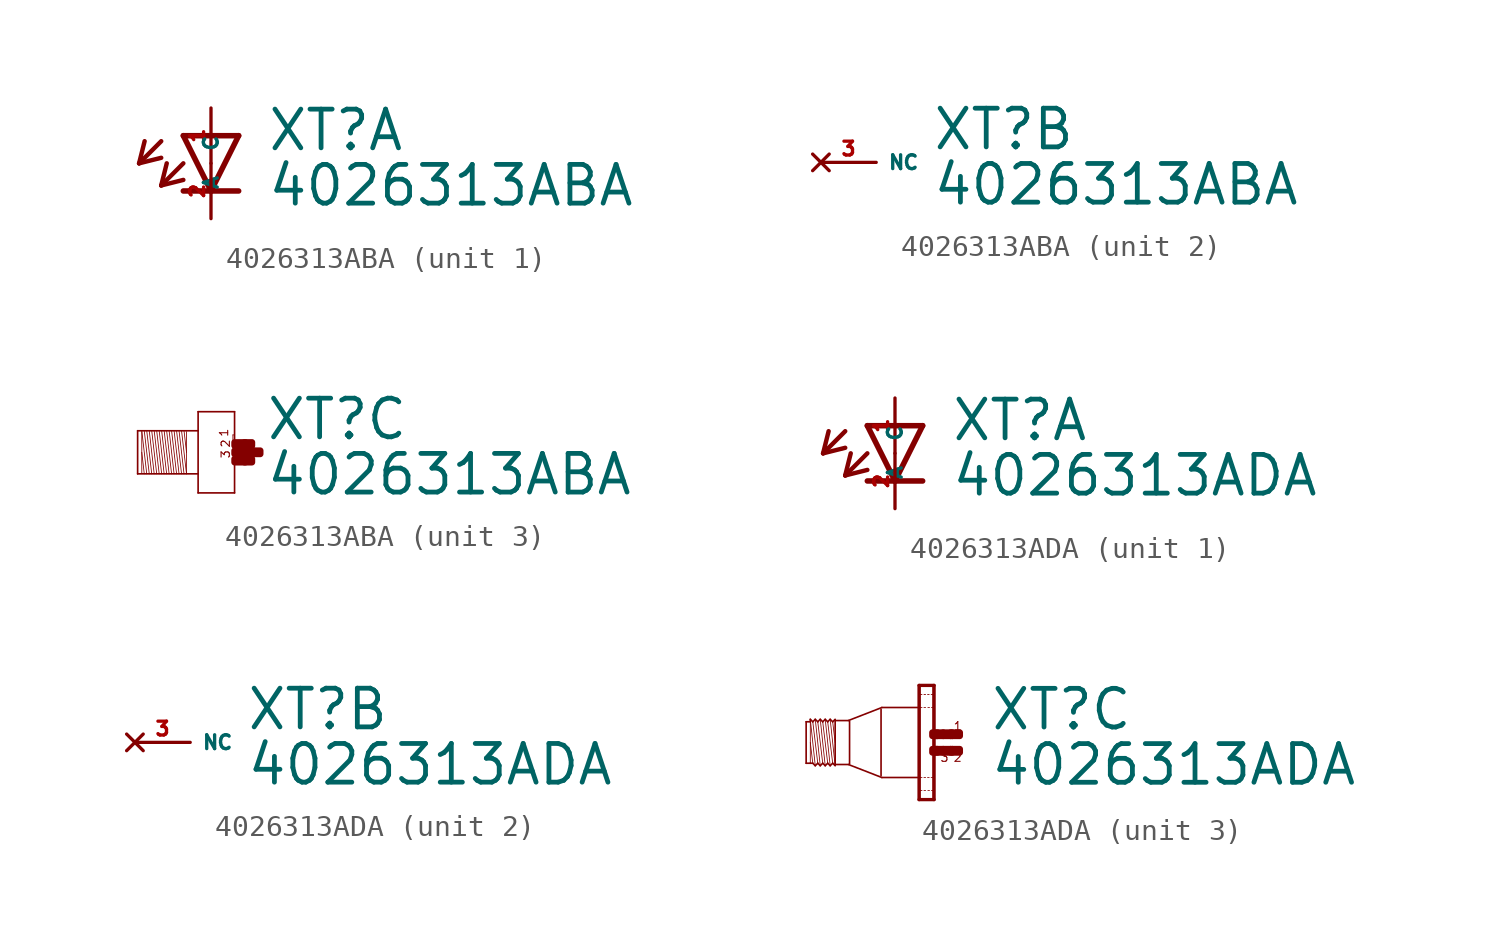
<source format=kicad_sym>
(kicad_symbol_lib
  (version 20220914)
  (generator Eagle2Kicad)
  (symbol "4026313ABA"
    (property "Reference" "XT"
      (at 2.54 0.483 0)
      (effects (font (size 1.778 1.778) (thickness 0.22)) (justify left bottom)))
    (property "Value" "4026313ABA"
      (at 2.54 -2.057 0)
      (effects (font (size 1.778 1.778) (thickness 0.22)) (justify left bottom)))
    (symbol "4026313ABA_1_0"
      (polyline (pts (xy -1.27 1.27) (xy 0 -1.27)) (stroke (width 0.254) (type default)) (fill (type none)))
      (polyline (pts (xy 0 -1.27) (xy 1.27 1.27)) (stroke (width 0.254) (type default)) (fill (type none)))
      (polyline (pts (xy 1.27 -1.27) (xy 0 -1.27)) (stroke (width 0.254) (type default)) (fill (type none)))
      (polyline (pts (xy 1.27 1.27) (xy -1.27 1.27)) (stroke (width 0.254) (type default)) (fill (type none)))
      (polyline (pts (xy 0 -1.27) (xy -1.27 -1.27)) (stroke (width 0.254) (type default)) (fill (type none)))
      (polyline (pts (xy -2.286 1.016) (xy -3.302 0)) (stroke (width 0.203) (type default)) (fill (type none)))
      (polyline (pts (xy -3.302 0) (xy -2.286 0.254)) (stroke (width 0.203) (type default)) (fill (type none)))
      (polyline (pts (xy -3.302 0) (xy -3.048 1.016)) (stroke (width 0.203) (type default)) (fill (type none)))
      (polyline (pts (xy -1.27 0) (xy -2.286 -1.016)) (stroke (width 0.203) (type default)) (fill (type none)))
      (polyline (pts (xy -2.286 -1.016) (xy -1.27 -0.762)) (stroke (width 0.203) (type default)) (fill (type none)))
      (polyline (pts (xy -2.286 -1.016) (xy -2.032 0)) (stroke (width 0.203) (type default)) (fill (type none)))
      (pin passive line (at 0 2.54 270) (length 2.54) (name "A" (effects (font (size 0.635 0.635) (thickness 0.08)) (justify left bottom))) (number "1" (effects (font (size 0.635 0.635) (thickness 0.08)) (justify left bottom))))
      (pin passive line (at 0 -2.54 90) (length 2.54) (name "C" (effects (font (size 0.635 0.635) (thickness 0.08)) (justify left bottom))) (number "2" (effects (font (size 0.635 0.635) (thickness 0.08)) (justify left bottom)))))
    (symbol "4026313ABA_2_0"
      (pin no_connect line (at -2.54 0 0) (length 2.54) (name "NC" (effects (font (size 0.635 0.635) (thickness 0.08)) (justify left bottom) hide)) (number "3" (effects (font (size 0.635 0.635) (thickness 0.08)) (justify left bottom) hide))))
    (symbol "4026313ABA_3_0"
      (polyline (pts (xy -1.067 0.953) (xy -1.067 0)) (stroke (width 0.038) (type default)) (fill (type none)))
      (polyline (pts (xy -1.067 0) (xy -1.067 -0.991)) (stroke (width 0.038) (type default)) (fill (type none)))
      (polyline (pts (xy -1.067 -0.991) (xy -1.295 0.991)) (stroke (width 0.038) (type default)) (fill (type none)))
      (polyline (pts (xy -1.181 0.991) (xy -1.067 0)) (stroke (width 0.038) (type default)) (fill (type none)))
      (polyline (pts (xy -1.181 -0.991) (xy -1.41 0.991)) (stroke (width 0.038) (type default)) (fill (type none)))
      (polyline (pts (xy -1.295 -0.991) (xy -1.524 0.991)) (stroke (width 0.038) (type default)) (fill (type none)))
      (polyline (pts (xy -1.41 -0.991) (xy -1.638 0.991)) (stroke (width 0.038) (type default)) (fill (type none)))
      (polyline (pts (xy -1.524 -0.991) (xy -1.753 0.991)) (stroke (width 0.038) (type default)) (fill (type none)))
      (polyline (pts (xy -1.638 -0.991) (xy -1.867 0.991)) (stroke (width 0.038) (type default)) (fill (type none)))
      (polyline (pts (xy -1.753 -0.991) (xy -1.981 0.991)) (stroke (width 0.038) (type default)) (fill (type none)))
      (polyline (pts (xy -1.867 -0.991) (xy -2.095 0.991)) (stroke (width 0.038) (type default)) (fill (type none)))
      (polyline (pts (xy -1.981 -0.991) (xy -2.21 0.991)) (stroke (width 0.038) (type default)) (fill (type none)))
      (polyline (pts (xy -2.095 -0.991) (xy -2.324 0.991)) (stroke (width 0.038) (type default)) (fill (type none)))
      (polyline (pts (xy -2.21 -0.991) (xy -2.438 0.991)) (stroke (width 0.038) (type default)) (fill (type none)))
      (polyline (pts (xy -2.324 -0.991) (xy -2.553 0.991)) (stroke (width 0.038) (type default)) (fill (type none)))
      (polyline (pts (xy -2.438 -0.991) (xy -2.667 0.991)) (stroke (width 0.038) (type default)) (fill (type none)))
      (polyline (pts (xy -2.553 -0.991) (xy -2.781 0.991)) (stroke (width 0.038) (type default)) (fill (type none)))
      (polyline (pts (xy -2.667 -0.991) (xy -2.896 0.991)) (stroke (width 0.038) (type default)) (fill (type none)))
      (polyline (pts (xy -2.781 -0.991) (xy -3.01 0.991)) (stroke (width 0.038) (type default)) (fill (type none)))
      (polyline (pts (xy -2.896 -0.991) (xy -3.124 0.991)) (stroke (width 0.038) (type default)) (fill (type none)))
      (polyline (pts (xy -3.124 0) (xy -3.01 -0.991)) (stroke (width 0.038) (type default)) (fill (type none)))
      (polyline (pts (xy -3.124 0.953) (xy -3.124 -0.953)) (stroke (width 0.038) (type default)) (fill (type none)))
      (polyline (pts (xy -3.315 -0.991) (xy -3.315 0.991)) (stroke (width 0.076) (type default)) (fill (type none)))
      (polyline (pts (xy -3.315 0.991) (xy -0.533 0.991)) (stroke (width 0.076) (type default)) (fill (type none)))
      (polyline (pts (xy -0.533 -0.991) (xy -3.315 -0.991)) (stroke (width 0.076) (type default)) (fill (type none)))
      (polyline (pts (xy -0.533 1.867) (xy -0.533 -1.867)) (stroke (width 0.076) (type default)) (fill (type none)))
      (polyline (pts (xy -0.533 -1.867) (xy 1.143 -1.867)) (stroke (width 0.076) (type default)) (fill (type none)))
      (polyline (pts (xy 1.143 -1.867) (xy 1.143 1.867)) (stroke (width 0.076) (type default)) (fill (type none)))
      (polyline (pts (xy 1.143 1.867) (xy -0.533 1.867)) (stroke (width 0.076) (type default)) (fill (type none)))
      (polyline (pts (xy 1.067 0.8) (xy 1.105 0.8)) (stroke (width 0.038) (type default)) (fill (type none)))
      (polyline (pts (xy 1.105 0.495) (xy 1.067 0.495)) (stroke (width 0.038) (type default)) (fill (type none)))
      (polyline (pts (xy 1.067 0.495) (xy 1.067 0.8)) (stroke (width 0.038) (type default)) (fill (type none)))
      (text "1" (at 0.876 0.686 1800) (effects (font (size 0.381 0.381) (thickness 0.05)) (justify left bottom)))
      (text "2" (at 0.953 0.191 1800) (effects (font (size 0.381 0.381) (thickness 0.05)) (justify left bottom)))
      (text "3" (at 0.953 -0.305 1800) (effects (font (size 0.381 0.381) (thickness 0.05)) (justify left bottom)))
      (rectangle (start 1.143 -0.457) (end 1.638 -0.305) (stroke (width 0.3) (type default)) (fill (type outline)))
      (rectangle (start 1.143 -0.076) (end 2.019 0.076) (stroke (width 0.3) (type default)) (fill (type outline)))
      (rectangle (start 1.6 -0.457) (end 1.943 -0.305) (stroke (width 0.3) (type default)) (fill (type outline)))
      (rectangle (start 1.981 -0.076) (end 2.324 0.076) (stroke (width 0.3) (type default)) (fill (type outline)))
      (rectangle (start 1.6 0.305) (end 1.943 0.457) (stroke (width 0.3) (type default)) (fill (type outline)))
      (rectangle (start 1.143 0.305) (end 1.638 0.457) (stroke (width 0.3) (type default)) (fill (type outline)))))
  (symbol "4026313ADA"
    (property "Reference" "XT"
      (at 2.54 0.483 0)
      (effects (font (size 1.778 1.778) (thickness 0.22)) (justify left bottom)))
    (property "Value" "4026313ADA"
      (at 2.54 -2.057 0)
      (effects (font (size 1.778 1.778) (thickness 0.22)) (justify left bottom)))
    (symbol "4026313ADA_1_0"
      (polyline (pts (xy -1.27 1.27) (xy 0 -1.27)) (stroke (width 0.254) (type default)) (fill (type none)))
      (polyline (pts (xy 0 -1.27) (xy 1.27 1.27)) (stroke (width 0.254) (type default)) (fill (type none)))
      (polyline (pts (xy 1.27 -1.27) (xy 0 -1.27)) (stroke (width 0.254) (type default)) (fill (type none)))
      (polyline (pts (xy 1.27 1.27) (xy -1.27 1.27)) (stroke (width 0.254) (type default)) (fill (type none)))
      (polyline (pts (xy 0 -1.27) (xy -1.27 -1.27)) (stroke (width 0.254) (type default)) (fill (type none)))
      (polyline (pts (xy -2.286 1.016) (xy -3.302 0)) (stroke (width 0.203) (type default)) (fill (type none)))
      (polyline (pts (xy -3.302 0) (xy -2.286 0.254)) (stroke (width 0.203) (type default)) (fill (type none)))
      (polyline (pts (xy -3.302 0) (xy -3.048 1.016)) (stroke (width 0.203) (type default)) (fill (type none)))
      (polyline (pts (xy -1.27 0) (xy -2.286 -1.016)) (stroke (width 0.203) (type default)) (fill (type none)))
      (polyline (pts (xy -2.286 -1.016) (xy -1.27 -0.762)) (stroke (width 0.203) (type default)) (fill (type none)))
      (polyline (pts (xy -2.286 -1.016) (xy -2.032 0)) (stroke (width 0.203) (type default)) (fill (type none)))
      (pin passive line (at 0 2.54 270) (length 2.54) (name "A" (effects (font (size 0.635 0.635) (thickness 0.08)) (justify left bottom))) (number "1" (effects (font (size 0.635 0.635) (thickness 0.08)) (justify left bottom))))
      (pin passive line (at 0 -2.54 90) (length 2.54) (name "C" (effects (font (size 0.635 0.635) (thickness 0.08)) (justify left bottom))) (number "2" (effects (font (size 0.635 0.635) (thickness 0.08)) (justify left bottom)))))
    (symbol "4026313ADA_2_0"
      (pin no_connect line (at -2.54 0 0) (length 2.54) (name "NC" (effects (font (size 0.635 0.635) (thickness 0.08)) (justify left bottom) hide)) (number "3" (effects (font (size 0.635 0.635) (thickness 0.08)) (justify left bottom) hide))))
    (symbol "4026313ADA_3_0"
      (polyline (pts (xy -4.548 -1.067) (xy -4.777 1.067)) (stroke (width 0.038) (type default)) (fill (type none)))
      (polyline (pts (xy -4.662 0.953) (xy -4.548 0)) (stroke (width 0.038) (type default)) (fill (type none)))
      (polyline (pts (xy -4.662 -0.953) (xy -4.891 0.953)) (stroke (width 0.038) (type default)) (fill (type none)))
      (polyline (pts (xy -4.777 -1.067) (xy -5.005 1.067)) (stroke (width 0.038) (type default)) (fill (type none)))
      (polyline (pts (xy -4.891 -0.953) (xy -5.12 0.953)) (stroke (width 0.038) (type default)) (fill (type none)))
      (polyline (pts (xy -5.005 -1.067) (xy -5.234 1.067)) (stroke (width 0.038) (type default)) (fill (type none)))
      (polyline (pts (xy -5.12 -0.953) (xy -5.348 0.953)) (stroke (width 0.038) (type default)) (fill (type none)))
      (polyline (pts (xy -5.234 -1.067) (xy -5.463 1.067)) (stroke (width 0.038) (type default)) (fill (type none)))
      (polyline (pts (xy -5.348 -0.953) (xy -5.577 0.953)) (stroke (width 0.038) (type default)) (fill (type none)))
      (polyline (pts (xy -5.463 -1.067) (xy -5.691 1.067)) (stroke (width 0.038) (type default)) (fill (type none)))
      (polyline (pts (xy -5.691 0) (xy -5.577 -0.953)) (stroke (width 0.038) (type default)) (fill (type none)))
      (polyline (pts (xy -5.691 1.029) (xy -5.691 0.953)) (stroke (width 0.038) (type default)) (fill (type none)))
      (polyline (pts (xy -5.691 0.953) (xy -5.691 -0.953)) (stroke (width 0.038) (type default)) (fill (type none)))
      (polyline (pts (xy -5.882 -0.953) (xy -5.882 0.953)) (stroke (width 0.076) (type default)) (fill (type none)))
      (polyline (pts (xy -5.882 0.953) (xy -5.691 0.953)) (stroke (width 0.076) (type default)) (fill (type none)))
      (polyline (pts (xy -5.691 0.953) (xy -5.691 1.067)) (stroke (width 0.076) (type default)) (fill (type none)))
      (polyline (pts (xy -5.691 1.067) (xy -5.577 0.953)) (stroke (width 0.076) (type default)) (fill (type none)))
      (polyline (pts (xy -5.577 0.953) (xy -5.463 1.067)) (stroke (width 0.076) (type default)) (fill (type none)))
      (polyline (pts (xy -5.463 1.067) (xy -5.348 0.953)) (stroke (width 0.076) (type default)) (fill (type none)))
      (polyline (pts (xy -5.348 0.953) (xy -5.234 1.067)) (stroke (width 0.076) (type default)) (fill (type none)))
      (polyline (pts (xy -5.234 1.067) (xy -5.12 0.953)) (stroke (width 0.076) (type default)) (fill (type none)))
      (polyline (pts (xy -5.12 0.953) (xy -5.005 1.067)) (stroke (width 0.076) (type default)) (fill (type none)))
      (polyline (pts (xy -4.777 1.067) (xy -4.662 0.953)) (stroke (width 0.076) (type default)) (fill (type none)))
      (polyline (pts (xy -4.662 0.953) (xy -4.548 1.067)) (stroke (width 0.076) (type default)) (fill (type none)))
      (polyline (pts (xy -4.548 -1.067) (xy -4.662 -0.953)) (stroke (width 0.076) (type default)) (fill (type none)))
      (polyline (pts (xy -4.662 -0.953) (xy -4.777 -1.067)) (stroke (width 0.076) (type default)) (fill (type none)))
      (polyline (pts (xy -4.777 -1.067) (xy -4.891 -0.953)) (stroke (width 0.076) (type default)) (fill (type none)))
      (polyline (pts (xy -4.891 -0.953) (xy -5.005 -1.067)) (stroke (width 0.076) (type default)) (fill (type none)))
      (polyline (pts (xy -5.005 -1.067) (xy -5.12 -0.953)) (stroke (width 0.076) (type default)) (fill (type none)))
      (polyline (pts (xy -5.12 -0.953) (xy -5.234 -1.067)) (stroke (width 0.076) (type default)) (fill (type none)))
      (polyline (pts (xy -5.234 -1.067) (xy -5.348 -0.953)) (stroke (width 0.076) (type default)) (fill (type none)))
      (polyline (pts (xy -5.348 -0.953) (xy -5.463 -1.067)) (stroke (width 0.076) (type default)) (fill (type none)))
      (polyline (pts (xy -5.463 -1.067) (xy -5.577 -0.953)) (stroke (width 0.076) (type default)) (fill (type none)))
      (polyline (pts (xy -5.577 -0.953) (xy -5.691 -0.953)) (stroke (width 0.076) (type default)) (fill (type none)))
      (polyline (pts (xy -5.691 -0.953) (xy -5.882 -0.953)) (stroke (width 0.076) (type default)) (fill (type none)))
      (polyline (pts (xy -4.548 1.029) (xy -4.548 1.01)) (stroke (width 0.076) (type default)) (fill (type none)))
      (polyline (pts (xy -4.548 1.01) (xy -4.548 -1.01)) (stroke (width 0.076) (type default)) (fill (type none)))
      (polyline (pts (xy -4.548 -1.01) (xy -4.548 -1.029)) (stroke (width 0.076) (type default)) (fill (type none)))
      (polyline (pts (xy -0.038 2.594) (xy -0.038 -2.594)) (stroke (width 0.076) (type default)) (fill (type none)))
      (polyline (pts (xy -0.038 -2.594) (xy -0.655 -2.594)) (stroke (width 0.076) (type default)) (fill (type none)))
      (polyline (pts (xy -0.655 -2.594) (xy -0.655 2.594)) (stroke (width 0.076) (type default)) (fill (type none)))
      (polyline (pts (xy -0.655 2.594) (xy -0.038 2.594)) (stroke (width 0.076) (type default)) (fill (type none)))
      (polyline (pts (xy -0.699 1.61) (xy -2.4 1.61)) (stroke (width 0.076) (type default)) (fill (type none)))
      (polyline (pts (xy -2.4 1.61) (xy -3.938 1.012)) (stroke (width 0.076) (type default)) (fill (type none)))
      (polyline (pts (xy -0.669 -1.61) (xy -2.4 -1.61)) (stroke (width 0.076) (type default)) (fill (type none)))
      (polyline (pts (xy -2.4 -1.61) (xy -3.938 -1.012)) (stroke (width 0.076) (type default)) (fill (type none)))
      (polyline (pts (xy -3.938 -1.01) (xy -4.548 -1.01)) (stroke (width 0.076) (type default)) (fill (type none)))
      (polyline (pts (xy -4.548 1.01) (xy -3.938 1.01)) (stroke (width 0.076) (type default)) (fill (type none)))
      (polyline (pts (xy -4.777 1.067) (xy -4.891 0.953)) (stroke (width 0.076) (type default)) (fill (type none)))
      (polyline (pts (xy -4.891 0.953) (xy -5.005 1.067)) (stroke (width 0.076) (type default)) (fill (type none)))
      (polyline (pts (xy 0 -2.625) (xy -0.69 -2.625)) (stroke (width 0) (type default)) (fill (type none)))
      (polyline (pts (xy 0 -2.625) (xy 0 2.625)) (stroke (width 0) (type default)) (fill (type none)))
      (polyline (pts (xy 0 2.625) (xy -0.69 2.625)) (stroke (width 0) (type default)) (fill (type none)))
      (polyline (pts (xy -0.69 2.625) (xy -0.69 -2.625)) (stroke (width 0) (type default)) (fill (type none)))
      (polyline (pts (xy -0.039 -1.605) (xy -0.135 -1.605)) (stroke (width 0.038) (type default)) (fill (type none)))
      (polyline (pts (xy -0.225 -1.605) (xy -0.3 -1.605)) (stroke (width 0.038) (type default)) (fill (type none)))
      (polyline (pts (xy -0.39 -1.605) (xy -0.465 -1.605)) (stroke (width 0.038) (type default)) (fill (type none)))
      (polyline (pts (xy -0.555 -1.605) (xy -0.633 -1.605)) (stroke (width 0.038) (type default)) (fill (type none)))
      (polyline (pts (xy -0.039 -2.205) (xy -0.12 -2.205)) (stroke (width 0.038) (type default)) (fill (type none)))
      (polyline (pts (xy -0.21 -2.205) (xy -0.285 -2.205)) (stroke (width 0.038) (type default)) (fill (type none)))
      (polyline (pts (xy -0.39 -2.205) (xy -0.465 -2.205)) (stroke (width 0.038) (type default)) (fill (type none)))
      (polyline (pts (xy -0.555 -2.205) (xy -0.633 -2.205)) (stroke (width 0.038) (type default)) (fill (type none)))
      (polyline (pts (xy -0.039 2.205) (xy -0.135 2.205)) (stroke (width 0.038) (type default)) (fill (type none)))
      (polyline (pts (xy -0.225 2.205) (xy -0.3 2.205)) (stroke (width 0.038) (type default)) (fill (type none)))
      (polyline (pts (xy -0.39 2.205) (xy -0.465 2.205)) (stroke (width 0.038) (type default)) (fill (type none)))
      (polyline (pts (xy -0.555 2.205) (xy -0.633 2.205)) (stroke (width 0.038) (type default)) (fill (type none)))
      (polyline (pts (xy -0.039 1.605) (xy -0.12 1.605)) (stroke (width 0.038) (type default)) (fill (type none)))
      (polyline (pts (xy -0.21 1.605) (xy -0.285 1.605)) (stroke (width 0.038) (type default)) (fill (type none)))
      (polyline (pts (xy -0.39 1.605) (xy -0.465 1.605)) (stroke (width 0.038) (type default)) (fill (type none)))
      (polyline (pts (xy -0.555 1.605) (xy -0.633 1.605)) (stroke (width 0.038) (type default)) (fill (type none)))
      (polyline (pts (xy -3.886 0.991) (xy -3.886 -0.991)) (stroke (width 0.076) (type default)) (fill (type none)))
      (polyline (pts (xy -2.438 1.524) (xy -2.438 -1.524)) (stroke (width 0.076) (type default)) (fill (type none)))
      (text "1" (at 0.876 0.533 0) (effects (font (size 0.381 0.381) (thickness 0.05)) (justify left bottom)))
      (text "3" (at 0.267 -0.914 0) (effects (font (size 0.381 0.381) (thickness 0.05)) (justify left bottom)))
      (text "2" (at 0.876 -0.914 0) (effects (font (size 0.381 0.381) (thickness 0.05)) (justify left bottom)))
      (rectangle (start 0.838 -0.457) (end 1.181 -0.305) (stroke (width 0.3) (type default)) (fill (type outline)))
      (rectangle (start 0.419 -0.457) (end 0.762 -0.305) (stroke (width 0.3) (type default)) (fill (type outline)))
      (rectangle (start 0.076 -0.457) (end 0.419 -0.305) (stroke (width 0.3) (type default)) (fill (type outline)))
      (rectangle (start -0.076 -0.457) (end 0.152 -0.305) (stroke (width 0.3) (type default)) (fill (type outline)))
      (rectangle (start 0.762 -0.457) (end 0.838 -0.305) (stroke (width 0.3) (type default)) (fill (type outline)))
      (rectangle (start 0.838 0.305) (end 1.181 0.457) (stroke (width 0.3) (type default)) (fill (type outline)))
      (rectangle (start 0.762 0.305) (end 0.838 0.457) (stroke (width 0.3) (type default)) (fill (type outline)))
      (rectangle (start 0.419 0.305) (end 0.762 0.457) (stroke (width 0.3) (type default)) (fill (type outline)))
      (rectangle (start 0.076 0.305) (end 0.419 0.457) (stroke (width 0.3) (type default)) (fill (type outline)))
      (rectangle (start -0.076 0.305) (end 0.152 0.457) (stroke (width 0.3) (type default)) (fill (type outline))))))
</source>
